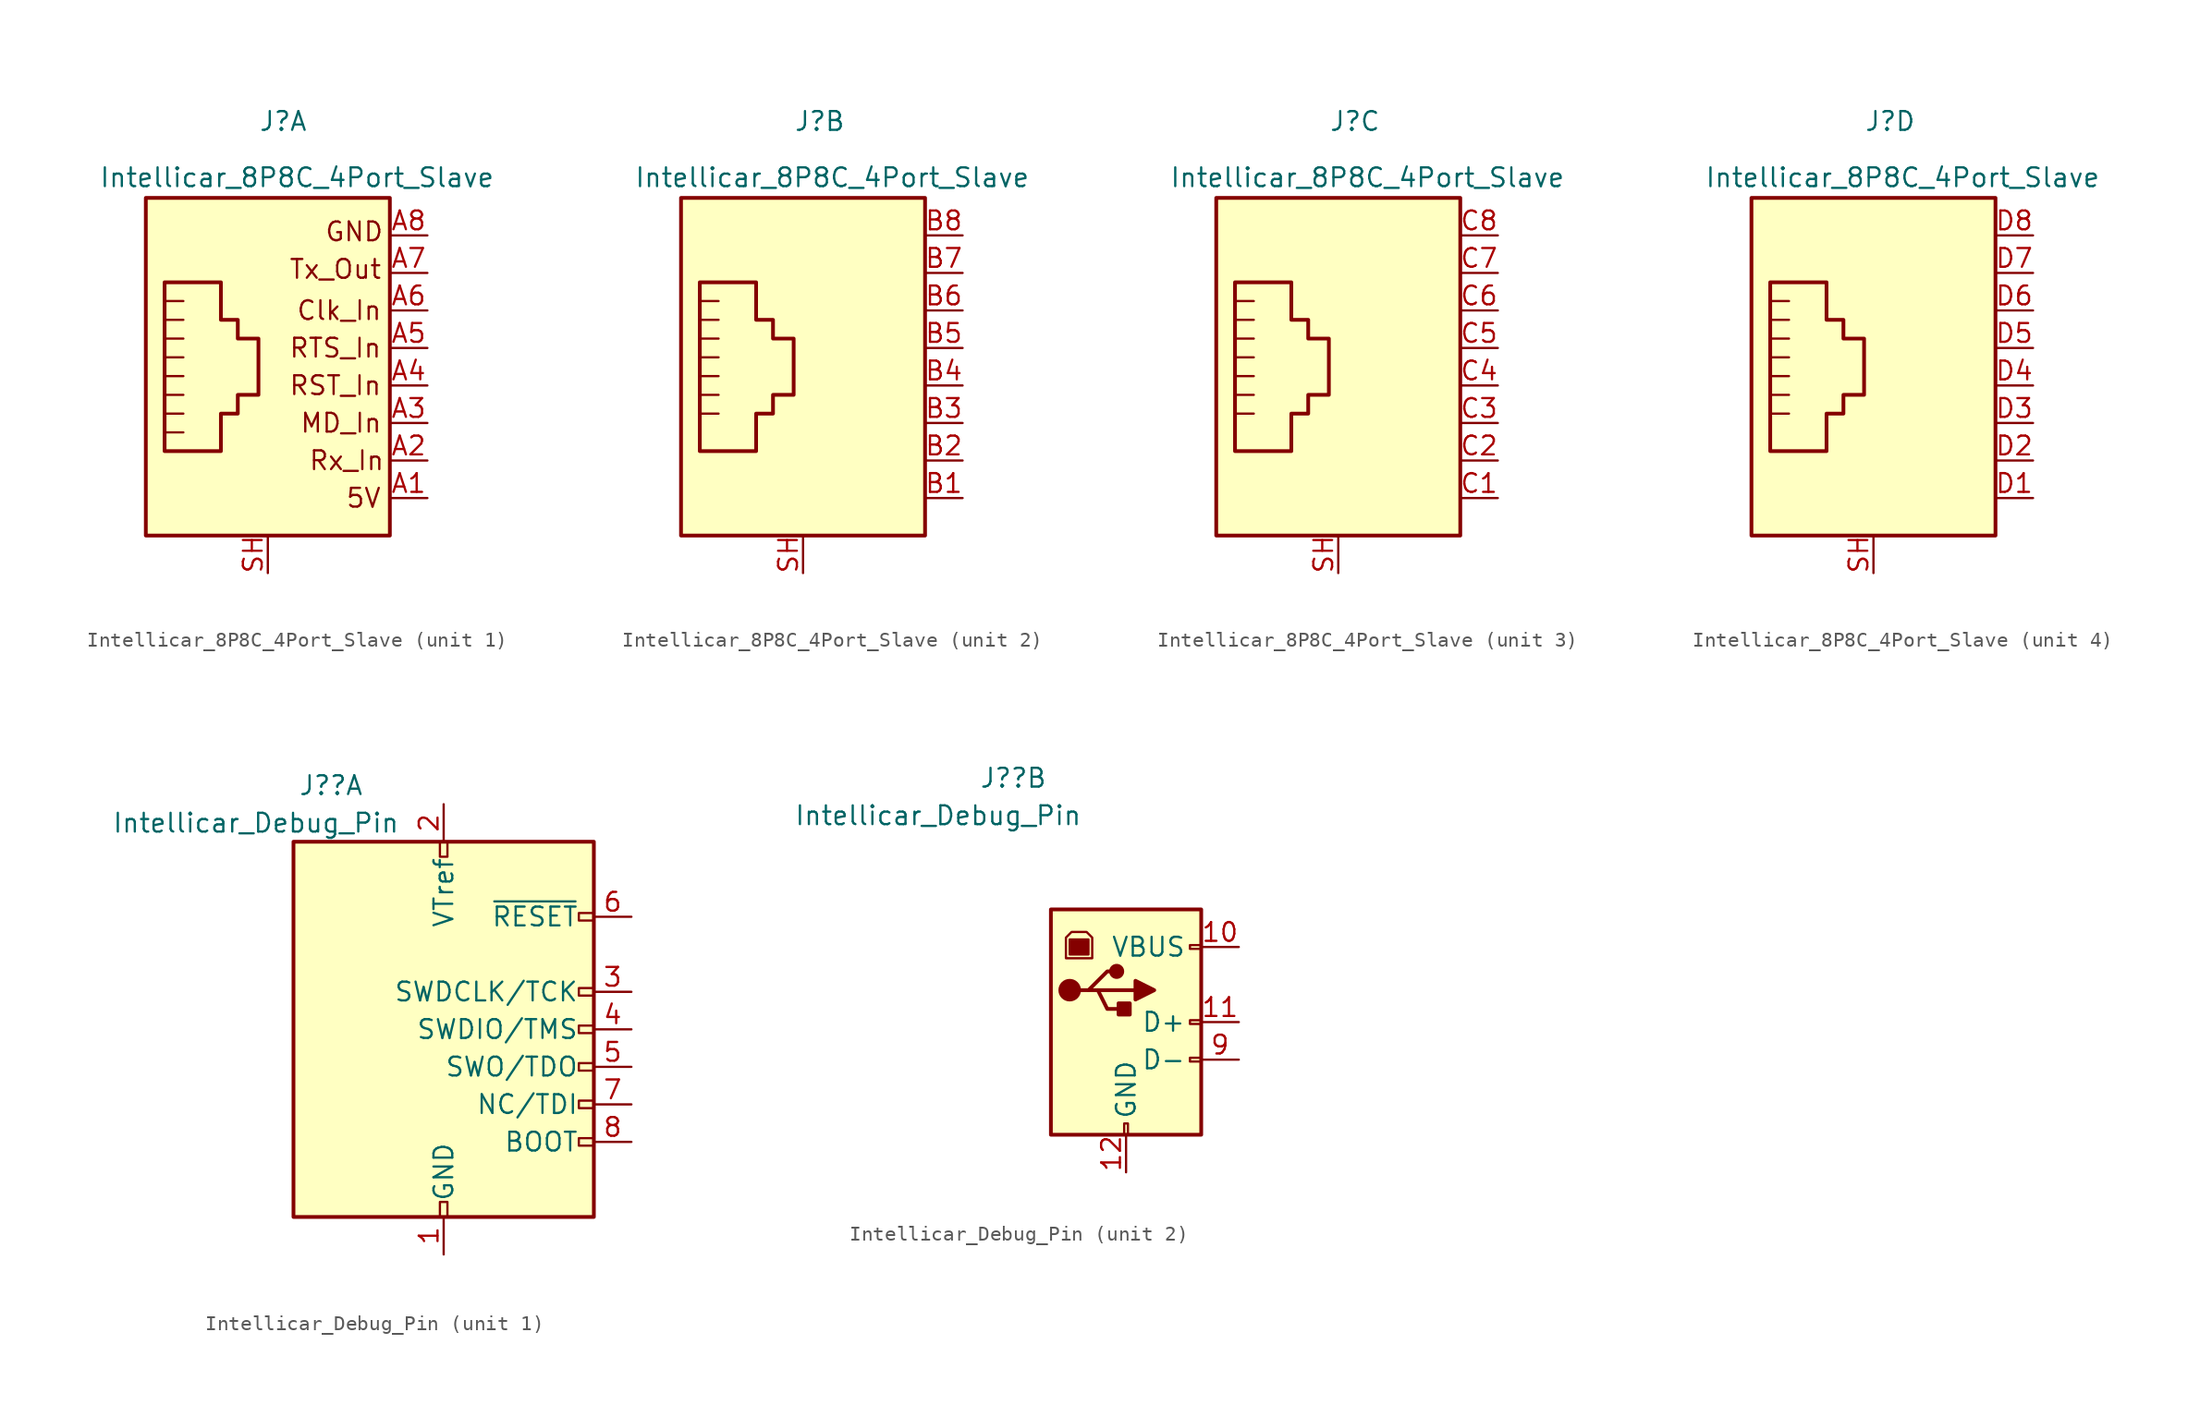
<source format=kicad_sym>
(kicad_symbol_lib
  (version 20211014)
  (generator kicad_symbol_editor)
  (symbol "Intellicar_8P8C_4Port_Slave"
    (pin_names
      (offset 1.016) hide)
    (property "Reference" "J"
      (at -0.635 15.875 0)
      (effects (font (size 1.27 1.27)) (justify left bottom)))
    (property "Value" "Intellicar_8P8C_4Port_Slave"
      (at -11.43 12.065 0)
      (effects (font (size 1.27 1.27)) (justify left bottom)))
    (symbol "Intellicar_8P8C_4Port_Slave_0_0"
      (polyline (pts (xy -3.175 5.715) (xy -3.175 3.175) (xy -2.032 3.175) (xy -2.032 1.905) (xy -0.635 1.905) (xy -0.635 -1.905) (xy -2.032 -1.905) (xy -2.032 -3.175) (xy -3.175 -3.175) (xy -3.175 -5.715) (xy -6.985 -5.715) (xy -6.985 5.715) (xy -3.175 5.715)) (stroke (width 0.254) (type default) (color 0 0 0 0)) (fill (type none))))
    (symbol "Intellicar_8P8C_4Port_Slave_0_1"
      (rectangle (start 8.255 11.43) (end -8.255 -11.43) (stroke (width 0.254) (type default) (color 0 0 0 0)) (fill (type background)))
      (pin passive line (at 0 -13.97 90) (length 2.54) (name "~" (effects (font (size 1.27 1.27)))) (number "SH" (effects (font (size 1.27 1.27))))))
    (symbol "Intellicar_8P8C_4Port_Slave_1_1"
      (polyline (pts (xy -5.715 3.175) (xy -6.985 3.175)) (stroke (width 0) (type default) (color 0 0 0 0)) (fill (type none)))
      (polyline (pts (xy -5.715 4.445) (xy -6.985 4.445)) (stroke (width 0) (type default) (color 0 0 0 0)) (fill (type none)))
      (polyline (pts (xy -6.985 -4.445) (xy -5.715 -4.445) (xy -5.715 -4.445)) (stroke (width 0) (type default) (color 0 0 0 0)) (fill (type none)))
      (polyline (pts (xy -6.985 -3.175) (xy -5.715 -3.175) (xy -5.715 -3.175)) (stroke (width 0) (type default) (color 0 0 0 0)) (fill (type none)))
      (polyline (pts (xy -6.985 -1.905) (xy -5.715 -1.905) (xy -5.715 -1.905)) (stroke (width 0) (type default) (color 0 0 0 0)) (fill (type none)))
      (polyline (pts (xy -6.985 -0.635) (xy -5.715 -0.635) (xy -5.715 -0.635)) (stroke (width 0) (type default) (color 0 0 0 0)) (fill (type none)))
      (polyline (pts (xy -6.985 0.635) (xy -5.715 0.635) (xy -5.715 0.635)) (stroke (width 0) (type default) (color 0 0 0 0)) (fill (type none)))
      (polyline (pts (xy -5.715 1.905) (xy -6.985 1.905) (xy -6.985 1.905)) (stroke (width 0) (type default) (color 0 0 0 0)) (fill (type none)))
      (text "5V" (at 6.477 -8.89 0) (effects (font (size 1.27 1.27))))
      (text "Clk_In" (at 4.826 3.81 0) (effects (font (size 1.27 1.27))))
      (text "GND" (at 5.842 9.144 0) (effects (font (size 1.27 1.27))))
      (text "MD_In" (at 4.953 -3.81 0) (effects (font (size 1.27 1.27))))
      (text "RST_In" (at 4.572 -1.27 0) (effects (font (size 1.27 1.27))))
      (text "RTS_In" (at 4.572 1.27 0) (effects (font (size 1.27 1.27))))
      (text "Rx_In" (at 5.334 -6.35 0) (effects (font (size 1.27 1.27))))
      (text "Tx_Out" (at 4.572 6.604 0) (effects (font (size 1.27 1.27))))
      (pin passive line (at 10.795 -8.89 180) (length 2.54) (name "5V" (effects (font (size 1.27 1.27)))) (number "A1" (effects (font (size 1.27 1.27)))))
      (pin passive line (at 10.795 -6.35 180) (length 2.54) (name "TX_Out" (effects (font (size 1.27 1.27)))) (number "A2" (effects (font (size 1.27 1.27)))))
      (pin passive line (at 10.795 -3.81 180) (length 2.54) (name "MD_Out" (effects (font (size 1.27 1.27)))) (number "A3" (effects (font (size 1.27 1.27)))))
      (pin passive line (at 10.795 -1.27 180) (length 2.54) (name "RST_Out" (effects (font (size 1.27 1.27)))) (number "A4" (effects (font (size 1.27 1.27)))))
      (pin passive line (at 10.795 1.27 180) (length 2.54) (name "CTS_Out" (effects (font (size 1.27 1.27)))) (number "A5" (effects (font (size 1.27 1.27)))))
      (pin passive line (at 10.795 3.81 180) (length 2.54) (name "Capture_Clk_Out" (effects (font (size 1.27 1.27)))) (number "A6" (effects (font (size 1.27 1.27)))))
      (pin passive line (at 10.795 6.35 180) (length 2.54) (name "RX_In" (effects (font (size 1.27 1.27)))) (number "A7" (effects (font (size 1.27 1.27)))))
      (pin passive line (at 10.795 8.89 180) (length 2.54) (name "GND" (effects (font (size 1.27 1.27)))) (number "A8" (effects (font (size 1.27 1.27))))))
    (symbol "Intellicar_8P8C_4Port_Slave_2_1"
      (polyline (pts (xy -5.715 4.445) (xy -6.985 4.445)) (stroke (width 0) (type default) (color 0 0 0 0)) (fill (type none)))
      (polyline (pts (xy -5.715 5.715) (xy -6.985 5.715)) (stroke (width 0) (type default) (color 0 0 0 0)) (fill (type none)))
      (polyline (pts (xy -6.985 -3.175) (xy -5.715 -3.175) (xy -5.715 -3.175)) (stroke (width 0) (type default) (color 0 0 0 0)) (fill (type none)))
      (polyline (pts (xy -6.985 -1.905) (xy -5.715 -1.905) (xy -5.715 -1.905)) (stroke (width 0) (type default) (color 0 0 0 0)) (fill (type none)))
      (polyline (pts (xy -6.985 -0.635) (xy -5.715 -0.635) (xy -5.715 -0.635)) (stroke (width 0) (type default) (color 0 0 0 0)) (fill (type none)))
      (polyline (pts (xy -6.985 0.635) (xy -5.715 0.635) (xy -5.715 0.635)) (stroke (width 0) (type default) (color 0 0 0 0)) (fill (type none)))
      (polyline (pts (xy -6.985 1.905) (xy -5.715 1.905) (xy -5.715 1.905)) (stroke (width 0) (type default) (color 0 0 0 0)) (fill (type none)))
      (polyline (pts (xy -5.715 3.175) (xy -6.985 3.175) (xy -6.985 3.175)) (stroke (width 0) (type default) (color 0 0 0 0)) (fill (type none)))
      (pin passive line (at 10.795 -8.89 180) (length 2.54) (name "5V" (effects (font (size 1.27 1.27)))) (number "B1" (effects (font (size 1.27 1.27)))))
      (pin passive line (at 10.795 -6.35 180) (length 2.54) (name "TX_Out" (effects (font (size 1.27 1.27)))) (number "B2" (effects (font (size 1.27 1.27)))))
      (pin passive line (at 10.795 -3.81 180) (length 2.54) (name "MD_Out" (effects (font (size 1.27 1.27)))) (number "B3" (effects (font (size 1.27 1.27)))))
      (pin passive line (at 10.795 -1.27 180) (length 2.54) (name "~" (effects (font (size 1.27 1.27)))) (number "B4" (effects (font (size 1.27 1.27)))))
      (pin passive line (at 10.795 1.27 180) (length 2.54) (name "~" (effects (font (size 1.27 1.27)))) (number "B5" (effects (font (size 1.27 1.27)))))
      (pin passive line (at 10.795 3.81 180) (length 2.54) (name "~" (effects (font (size 1.27 1.27)))) (number "B6" (effects (font (size 1.27 1.27)))))
      (pin passive line (at 10.795 6.35 180) (length 2.54) (name "~" (effects (font (size 1.27 1.27)))) (number "B7" (effects (font (size 1.27 1.27)))))
      (pin passive line (at 10.795 8.89 180) (length 2.54) (name "~" (effects (font (size 1.27 1.27)))) (number "B8" (effects (font (size 1.27 1.27))))))
    (symbol "Intellicar_8P8C_4Port_Slave_3_1"
      (polyline (pts (xy -5.715 4.445) (xy -6.985 4.445)) (stroke (width 0) (type default) (color 0 0 0 0)) (fill (type none)))
      (polyline (pts (xy -5.715 5.715) (xy -6.985 5.715)) (stroke (width 0) (type default) (color 0 0 0 0)) (fill (type none)))
      (polyline (pts (xy -6.985 -3.175) (xy -5.715 -3.175) (xy -5.715 -3.175)) (stroke (width 0) (type default) (color 0 0 0 0)) (fill (type none)))
      (polyline (pts (xy -6.985 -1.905) (xy -5.715 -1.905) (xy -5.715 -1.905)) (stroke (width 0) (type default) (color 0 0 0 0)) (fill (type none)))
      (polyline (pts (xy -6.985 -0.635) (xy -5.715 -0.635) (xy -5.715 -0.635)) (stroke (width 0) (type default) (color 0 0 0 0)) (fill (type none)))
      (polyline (pts (xy -6.985 0.635) (xy -5.715 0.635) (xy -5.715 0.635)) (stroke (width 0) (type default) (color 0 0 0 0)) (fill (type none)))
      (polyline (pts (xy -6.985 1.905) (xy -5.715 1.905) (xy -5.715 1.905)) (stroke (width 0) (type default) (color 0 0 0 0)) (fill (type none)))
      (polyline (pts (xy -5.715 3.175) (xy -6.985 3.175) (xy -6.985 3.175)) (stroke (width 0) (type default) (color 0 0 0 0)) (fill (type none)))
      (pin passive line (at 10.795 -8.89 180) (length 2.54) (name "~" (effects (font (size 1.27 1.27)))) (number "C1" (effects (font (size 1.27 1.27)))))
      (pin passive line (at 10.795 -6.35 180) (length 2.54) (name "~" (effects (font (size 1.27 1.27)))) (number "C2" (effects (font (size 1.27 1.27)))))
      (pin passive line (at 10.795 -3.81 180) (length 2.54) (name "~" (effects (font (size 1.27 1.27)))) (number "C3" (effects (font (size 1.27 1.27)))))
      (pin passive line (at 10.795 -1.27 180) (length 2.54) (name "~" (effects (font (size 1.27 1.27)))) (number "C4" (effects (font (size 1.27 1.27)))))
      (pin passive line (at 10.795 1.27 180) (length 2.54) (name "~" (effects (font (size 1.27 1.27)))) (number "C5" (effects (font (size 1.27 1.27)))))
      (pin passive line (at 10.795 3.81 180) (length 2.54) (name "~" (effects (font (size 1.27 1.27)))) (number "C6" (effects (font (size 1.27 1.27)))))
      (pin passive line (at 10.795 6.35 180) (length 2.54) (name "~" (effects (font (size 1.27 1.27)))) (number "C7" (effects (font (size 1.27 1.27)))))
      (pin passive line (at 10.795 8.89 180) (length 2.54) (name "~" (effects (font (size 1.27 1.27)))) (number "C8" (effects (font (size 1.27 1.27))))))
    (symbol "Intellicar_8P8C_4Port_Slave_4_1"
      (polyline (pts (xy -5.715 4.445) (xy -6.985 4.445)) (stroke (width 0) (type default) (color 0 0 0 0)) (fill (type none)))
      (polyline (pts (xy -5.715 5.715) (xy -6.985 5.715)) (stroke (width 0) (type default) (color 0 0 0 0)) (fill (type none)))
      (polyline (pts (xy -6.985 -3.175) (xy -5.715 -3.175) (xy -5.715 -3.175)) (stroke (width 0) (type default) (color 0 0 0 0)) (fill (type none)))
      (polyline (pts (xy -6.985 -1.905) (xy -5.715 -1.905) (xy -5.715 -1.905)) (stroke (width 0) (type default) (color 0 0 0 0)) (fill (type none)))
      (polyline (pts (xy -6.985 -0.635) (xy -5.715 -0.635) (xy -5.715 -0.635)) (stroke (width 0) (type default) (color 0 0 0 0)) (fill (type none)))
      (polyline (pts (xy -6.985 0.635) (xy -5.715 0.635) (xy -5.715 0.635)) (stroke (width 0) (type default) (color 0 0 0 0)) (fill (type none)))
      (polyline (pts (xy -6.985 1.905) (xy -5.715 1.905) (xy -5.715 1.905)) (stroke (width 0) (type default) (color 0 0 0 0)) (fill (type none)))
      (polyline (pts (xy -5.715 3.175) (xy -6.985 3.175) (xy -6.985 3.175)) (stroke (width 0) (type default) (color 0 0 0 0)) (fill (type none)))
      (pin passive line (at 10.795 -8.89 180) (length 2.54) (name "~" (effects (font (size 1.27 1.27)))) (number "D1" (effects (font (size 1.27 1.27)))))
      (pin passive line (at 10.795 -6.35 180) (length 2.54) (name "~" (effects (font (size 1.27 1.27)))) (number "D2" (effects (font (size 1.27 1.27)))))
      (pin passive line (at 10.795 -3.81 180) (length 2.54) (name "~" (effects (font (size 1.27 1.27)))) (number "D3" (effects (font (size 1.27 1.27)))))
      (pin passive line (at 10.795 -1.27 180) (length 2.54) (name "~" (effects (font (size 1.27 1.27)))) (number "D4" (effects (font (size 1.27 1.27)))))
      (pin passive line (at 10.795 1.27 180) (length 2.54) (name "~" (effects (font (size 1.27 1.27)))) (number "D5" (effects (font (size 1.27 1.27)))))
      (pin passive line (at 10.795 3.81 180) (length 2.54) (name "~" (effects (font (size 1.27 1.27)))) (number "D6" (effects (font (size 1.27 1.27)))))
      (pin passive line (at 10.795 6.35 180) (length 2.54) (name "~" (effects (font (size 1.27 1.27)))) (number "D7" (effects (font (size 1.27 1.27)))))
      (pin passive line (at 10.795 8.89 180) (length 2.54) (name "~" (effects (font (size 1.27 1.27)))) (number "D8" (effects (font (size 1.27 1.27)))))))
  (symbol "Intellicar_Debug_Pin"
    (pin_names
      (offset 1.016))
    (property "Reference" "J?"
      (at -7.62 16.51 0)
      (effects (font (size 1.27 1.27))))
    (property "Value" "Intellicar_Debug_Pin"
      (at -12.7 13.97 0)
      (effects (font (size 1.27 1.27))))
    (property "ki_locked" ""
      (at 0 0 0)
      (effects (font (size 1.27 1.27))))
    (symbol "Intellicar_Debug_Pin_1_1"
      (rectangle (start -10.16 12.7) (end 10.16 -12.7) (stroke (width 0.254) (type default) (color 0 0 0 0)) (fill (type background)))
      (rectangle (start -0.254 -12.7) (end 0.254 -11.684) (stroke (width 0) (type default) (color 0 0 0 0)) (fill (type none)))
      (rectangle (start -0.254 12.7) (end 0.254 11.684) (stroke (width 0) (type default) (color 0 0 0 0)) (fill (type none)))
      (rectangle (start 9.144 -7.874) (end 10.16 -7.366) (stroke (width 0) (type default) (color 0 0 0 0)) (fill (type none)))
      (rectangle (start 9.144 -5.334) (end 10.16 -4.826) (stroke (width 0) (type default) (color 0 0 0 0)) (fill (type none)))
      (rectangle (start 9.144 2.286) (end 10.16 2.794) (stroke (width 0) (type default) (color 0 0 0 0)) (fill (type none)))
      (rectangle (start 10.16 -2.794) (end 9.144 -2.286) (stroke (width 0) (type default) (color 0 0 0 0)) (fill (type none)))
      (rectangle (start 10.16 -0.254) (end 9.144 0.254) (stroke (width 0) (type default) (color 0 0 0 0)) (fill (type none)))
      (rectangle (start 10.16 7.874) (end 9.144 7.366) (stroke (width 0) (type default) (color 0 0 0 0)) (fill (type none)))
      (pin power_in line (at 0 -15.24 90) (length 2.54) (name "GND" (effects (font (size 1.27 1.27)))) (number "1" (effects (font (size 1.27 1.27)))))
      (pin power_in line (at 0 15.24 270) (length 2.54) (name "VTref" (effects (font (size 1.27 1.27)))) (number "2" (effects (font (size 1.27 1.27)))))
      (pin output line (at 12.7 2.54 180) (length 2.54) (name "SWDCLK/TCK" (effects (font (size 1.27 1.27)))) (number "3" (effects (font (size 1.27 1.27)))))
      (pin bidirectional line (at 12.7 0 180) (length 2.54) (name "SWDIO/TMS" (effects (font (size 1.27 1.27)))) (number "4" (effects (font (size 1.27 1.27)))))
      (pin input line (at 12.7 -2.54 180) (length 2.54) (name "SWO/TDO" (effects (font (size 1.27 1.27)))) (number "5" (effects (font (size 1.27 1.27)))))
      (pin open_collector line (at 12.7 7.62 180) (length 2.54) (name "~{RESET}" (effects (font (size 1.27 1.27)))) (number "6" (effects (font (size 1.27 1.27)))))
      (pin output line (at 12.7 -5.08 180) (length 2.54) (name "NC/TDI" (effects (font (size 1.27 1.27)))) (number "7" (effects (font (size 1.27 1.27)))))
      (pin input line (at 12.7 -7.62 180) (length 2.54) (name "BOOT" (effects (font (size 1.27 1.27)))) (number "8" (effects (font (size 1.27 1.27))))))
    (symbol "Intellicar_Debug_Pin_2_1"
      (rectangle (start -5.08 -7.62) (end 5.08 7.62) (stroke (width 0.254) (type default) (color 0 0 0 0)) (fill (type background)))
      (circle (center -3.81 2.159) (radius 0.635) (stroke (width 0.254) (type default) (color 0 0 0 0)) (fill (type outline)))
      (rectangle (start -3.81 5.588) (end -2.54 4.572) (stroke (width 0) (type default) (color 0 0 0 0)) (fill (type outline)))
      (circle (center -0.635 3.429) (radius 0.381) (stroke (width 0.254) (type default) (color 0 0 0 0)) (fill (type outline)))
      (rectangle (start -0.127 -7.62) (end 0.127 -6.858) (stroke (width 0) (type default) (color 0 0 0 0)) (fill (type none)))
      (polyline (pts (xy -1.905 2.159) (xy 0.635 2.159)) (stroke (width 0.254) (type default) (color 0 0 0 0)) (fill (type none)))
      (polyline (pts (xy -3.175 2.159) (xy -2.54 2.159) (xy -1.27 3.429) (xy -0.635 3.429)) (stroke (width 0.254) (type default) (color 0 0 0 0)) (fill (type none)))
      (polyline (pts (xy -2.54 2.159) (xy -1.905 2.159) (xy -1.27 0.889) (xy 0 0.889)) (stroke (width 0.254) (type default) (color 0 0 0 0)) (fill (type none)))
      (polyline (pts (xy 0.635 2.794) (xy 0.635 1.524) (xy 1.905 2.159) (xy 0.635 2.794)) (stroke (width 0.254) (type default) (color 0 0 0 0)) (fill (type outline)))
      (polyline (pts (xy -4.064 4.318) (xy -2.286 4.318) (xy -2.286 5.715) (xy -2.667 6.096) (xy -3.683 6.096) (xy -4.064 5.715) (xy -4.064 4.318)) (stroke (width 0) (type default) (color 0 0 0 0)) (fill (type none)))
      (rectangle (start 0.254 1.27) (end -0.508 0.508) (stroke (width 0.254) (type default) (color 0 0 0 0)) (fill (type outline)))
      (rectangle (start 5.08 -2.667) (end 4.318 -2.413) (stroke (width 0) (type default) (color 0 0 0 0)) (fill (type none)))
      (rectangle (start 5.08 -0.127) (end 4.318 0.127) (stroke (width 0) (type default) (color 0 0 0 0)) (fill (type none)))
      (rectangle (start 5.08 4.953) (end 4.318 5.207) (stroke (width 0) (type default) (color 0 0 0 0)) (fill (type none)))
      (pin power_out line (at 7.62 5.08 180) (length 2.54) (name "VBUS" (effects (font (size 1.27 1.27)))) (number "10" (effects (font (size 1.27 1.27)))))
      (pin passive line (at 7.62 0 180) (length 2.54) (name "D+" (effects (font (size 1.27 1.27)))) (number "11" (effects (font (size 1.27 1.27)))))
      (pin power_out line (at 0 -10.16 90) (length 2.54) (name "GND" (effects (font (size 1.27 1.27)))) (number "12" (effects (font (size 1.27 1.27)))))
      (pin passive line (at 7.62 -2.54 180) (length 2.54) (name "D-" (effects (font (size 1.27 1.27)))) (number "9" (effects (font (size 1.27 1.27))))))))
</source>
